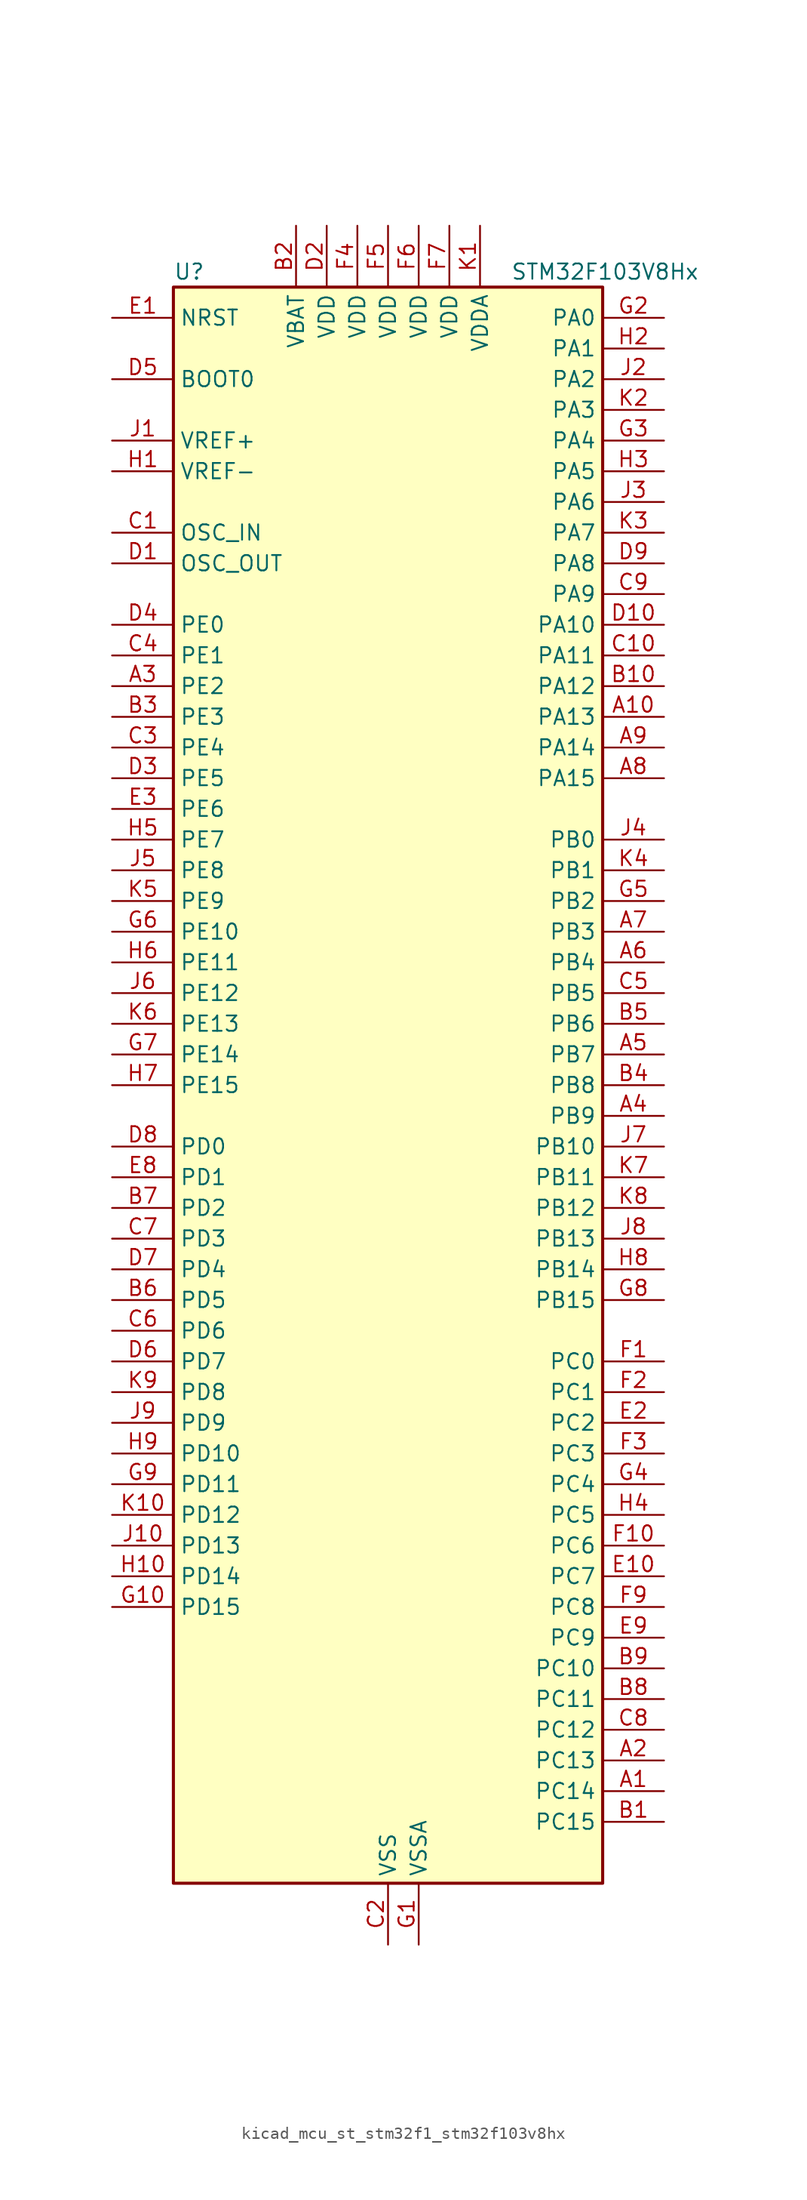
<source format=kicad_sym>
(kicad_symbol_lib
  (version 20220914)
  (generator kicad_symbol_editor)
  (symbol "kicad_mcu_st_stm32f1_stm32f103v8hx"
    (property "Reference" "U"
      (at -17.78 67.31 0)
      (effects (font (size 1.27 1.27)) (justify left)))
    (property "Value" "STM32F103V8Hx"
      (at 10.16 67.31 0)
      (effects (font (size 1.27 1.27)) (justify left)))
    (property "ki_locked" ""
      (at 0 0 0)
      (effects (font (size 1.27 1.27))))
    (symbol "kicad_mcu_st_stm32f1_stm32f103v8hx_0_1"
      (rectangle (start -17.78 -66.04) (end 17.78 66.04) (stroke (width 0.254) (type default)) (fill (type background))))
    (symbol "kicad_mcu_st_stm32f1_stm32f103v8hx_1_1"
      (pin bidirectional line (at 22.86 -58.42 180) (length 5.08) (name "PC14" (effects (font (size 1.27 1.27)))) (number "A1" (effects (font (size 1.27 1.27)))) (alternate "RCC_OSC32_IN" bidirectional line))
      (pin bidirectional line (at 22.86 30.48 180) (length 5.08) (name "PA13" (effects (font (size 1.27 1.27)))) (number "A10" (effects (font (size 1.27 1.27)))) (alternate "SYS_JTMS-SWDIO" bidirectional line))
      (pin bidirectional line (at 22.86 -55.88 180) (length 5.08) (name "PC13" (effects (font (size 1.27 1.27)))) (number "A2" (effects (font (size 1.27 1.27)))) (alternate "RTC_OUT" bidirectional line) (alternate "RTC_TAMPER" bidirectional line))
      (pin bidirectional line (at -22.86 33.02 0) (length 5.08) (name "PE2" (effects (font (size 1.27 1.27)))) (number "A3" (effects (font (size 1.27 1.27)))) (alternate "SYS_TRACECLK" bidirectional line))
      (pin bidirectional line (at 22.86 -2.54 180) (length 5.08) (name "PB9" (effects (font (size 1.27 1.27)))) (number "A4" (effects (font (size 1.27 1.27)))) (alternate "CAN_TX" bidirectional line) (alternate "I2C1_SDA" bidirectional line) (alternate "TIM4_CH4" bidirectional line))
      (pin bidirectional line (at 22.86 2.54 180) (length 5.08) (name "PB7" (effects (font (size 1.27 1.27)))) (number "A5" (effects (font (size 1.27 1.27)))) (alternate "I2C1_SDA" bidirectional line) (alternate "TIM4_CH2" bidirectional line) (alternate "USART1_RX" bidirectional line))
      (pin bidirectional line (at 22.86 10.16 180) (length 5.08) (name "PB4" (effects (font (size 1.27 1.27)))) (number "A6" (effects (font (size 1.27 1.27)))) (alternate "SPI1_MISO" bidirectional line) (alternate "SYS_NJTRST" bidirectional line) (alternate "TIM3_CH1" bidirectional line))
      (pin bidirectional line (at 22.86 12.7 180) (length 5.08) (name "PB3" (effects (font (size 1.27 1.27)))) (number "A7" (effects (font (size 1.27 1.27)))) (alternate "SPI1_SCK" bidirectional line) (alternate "SYS_JTDO-TRACESWO" bidirectional line) (alternate "TIM2_CH2" bidirectional line))
      (pin bidirectional line (at 22.86 25.4 180) (length 5.08) (name "PA15" (effects (font (size 1.27 1.27)))) (number "A8" (effects (font (size 1.27 1.27)))) (alternate "ADC1_EXTI15" bidirectional line) (alternate "ADC2_EXTI15" bidirectional line) (alternate "SPI1_NSS" bidirectional line) (alternate "SYS_JTDI" bidirectional line) (alternate "TIM2_CH1" bidirectional line) (alternate "TIM2_ETR" bidirectional line))
      (pin bidirectional line (at 22.86 27.94 180) (length 5.08) (name "PA14" (effects (font (size 1.27 1.27)))) (number "A9" (effects (font (size 1.27 1.27)))) (alternate "SYS_JTCK-SWCLK" bidirectional line))
      (pin bidirectional line (at 22.86 -60.96 180) (length 5.08) (name "PC15" (effects (font (size 1.27 1.27)))) (number "B1" (effects (font (size 1.27 1.27)))) (alternate "ADC1_EXTI15" bidirectional line) (alternate "ADC2_EXTI15" bidirectional line) (alternate "RCC_OSC32_OUT" bidirectional line))
      (pin bidirectional line (at 22.86 33.02 180) (length 5.08) (name "PA12" (effects (font (size 1.27 1.27)))) (number "B10" (effects (font (size 1.27 1.27)))) (alternate "CAN_TX" bidirectional line) (alternate "TIM1_ETR" bidirectional line) (alternate "USART1_RTS" bidirectional line) (alternate "USB_DP" bidirectional line))
      (pin power_in line (at -7.62 71.12 270) (length 5.08) (name "VBAT" (effects (font (size 1.27 1.27)))) (number "B2" (effects (font (size 1.27 1.27)))))
      (pin bidirectional line (at -22.86 30.48 0) (length 5.08) (name "PE3" (effects (font (size 1.27 1.27)))) (number "B3" (effects (font (size 1.27 1.27)))) (alternate "SYS_TRACED0" bidirectional line))
      (pin bidirectional line (at 22.86 0 180) (length 5.08) (name "PB8" (effects (font (size 1.27 1.27)))) (number "B4" (effects (font (size 1.27 1.27)))) (alternate "CAN_RX" bidirectional line) (alternate "I2C1_SCL" bidirectional line) (alternate "TIM4_CH3" bidirectional line))
      (pin bidirectional line (at 22.86 5.08 180) (length 5.08) (name "PB6" (effects (font (size 1.27 1.27)))) (number "B5" (effects (font (size 1.27 1.27)))) (alternate "I2C1_SCL" bidirectional line) (alternate "TIM4_CH1" bidirectional line) (alternate "USART1_TX" bidirectional line))
      (pin bidirectional line (at -22.86 -17.78 0) (length 5.08) (name "PD5" (effects (font (size 1.27 1.27)))) (number "B6" (effects (font (size 1.27 1.27)))) (alternate "USART2_TX" bidirectional line))
      (pin bidirectional line (at -22.86 -10.16 0) (length 5.08) (name "PD2" (effects (font (size 1.27 1.27)))) (number "B7" (effects (font (size 1.27 1.27)))) (alternate "TIM3_ETR" bidirectional line))
      (pin bidirectional line (at 22.86 -50.8 180) (length 5.08) (name "PC11" (effects (font (size 1.27 1.27)))) (number "B8" (effects (font (size 1.27 1.27)))) (alternate "ADC1_EXTI11" bidirectional line) (alternate "ADC2_EXTI11" bidirectional line) (alternate "USART3_RX" bidirectional line))
      (pin bidirectional line (at 22.86 -48.26 180) (length 5.08) (name "PC10" (effects (font (size 1.27 1.27)))) (number "B9" (effects (font (size 1.27 1.27)))) (alternate "USART3_TX" bidirectional line))
      (pin input line (at -22.86 45.72 0) (length 5.08) (name "OSC_IN" (effects (font (size 1.27 1.27)))) (number "C1" (effects (font (size 1.27 1.27)))) (alternate "RCC_OSC_IN" bidirectional line))
      (pin bidirectional line (at 22.86 35.56 180) (length 5.08) (name "PA11" (effects (font (size 1.27 1.27)))) (number "C10" (effects (font (size 1.27 1.27)))) (alternate "ADC1_EXTI11" bidirectional line) (alternate "ADC2_EXTI11" bidirectional line) (alternate "CAN_RX" bidirectional line) (alternate "TIM1_CH4" bidirectional line) (alternate "USART1_CTS" bidirectional line) (alternate "USB_DM" bidirectional line))
      (pin power_in line (at 0 -71.12 90) (length 5.08) (name "VSS" (effects (font (size 1.27 1.27)))) (number "C2" (effects (font (size 1.27 1.27)))))
      (pin bidirectional line (at -22.86 27.94 0) (length 5.08) (name "PE4" (effects (font (size 1.27 1.27)))) (number "C3" (effects (font (size 1.27 1.27)))) (alternate "SYS_TRACED1" bidirectional line))
      (pin bidirectional line (at -22.86 35.56 0) (length 5.08) (name "PE1" (effects (font (size 1.27 1.27)))) (number "C4" (effects (font (size 1.27 1.27)))))
      (pin bidirectional line (at 22.86 7.62 180) (length 5.08) (name "PB5" (effects (font (size 1.27 1.27)))) (number "C5" (effects (font (size 1.27 1.27)))) (alternate "I2C1_SMBA" bidirectional line) (alternate "SPI1_MOSI" bidirectional line) (alternate "TIM3_CH2" bidirectional line))
      (pin bidirectional line (at -22.86 -20.32 0) (length 5.08) (name "PD6" (effects (font (size 1.27 1.27)))) (number "C6" (effects (font (size 1.27 1.27)))) (alternate "USART2_RX" bidirectional line))
      (pin bidirectional line (at -22.86 -12.7 0) (length 5.08) (name "PD3" (effects (font (size 1.27 1.27)))) (number "C7" (effects (font (size 1.27 1.27)))) (alternate "USART2_CTS" bidirectional line))
      (pin bidirectional line (at 22.86 -53.34 180) (length 5.08) (name "PC12" (effects (font (size 1.27 1.27)))) (number "C8" (effects (font (size 1.27 1.27)))) (alternate "USART3_CK" bidirectional line))
      (pin bidirectional line (at 22.86 40.64 180) (length 5.08) (name "PA9" (effects (font (size 1.27 1.27)))) (number "C9" (effects (font (size 1.27 1.27)))) (alternate "TIM1_CH2" bidirectional line) (alternate "USART1_TX" bidirectional line))
      (pin input line (at -22.86 43.18 0) (length 5.08) (name "OSC_OUT" (effects (font (size 1.27 1.27)))) (number "D1" (effects (font (size 1.27 1.27)))) (alternate "RCC_OSC_OUT" bidirectional line))
      (pin bidirectional line (at 22.86 38.1 180) (length 5.08) (name "PA10" (effects (font (size 1.27 1.27)))) (number "D10" (effects (font (size 1.27 1.27)))) (alternate "TIM1_CH3" bidirectional line) (alternate "USART1_RX" bidirectional line))
      (pin power_in line (at -5.08 71.12 270) (length 5.08) (name "VDD" (effects (font (size 1.27 1.27)))) (number "D2" (effects (font (size 1.27 1.27)))))
      (pin bidirectional line (at -22.86 25.4 0) (length 5.08) (name "PE5" (effects (font (size 1.27 1.27)))) (number "D3" (effects (font (size 1.27 1.27)))) (alternate "SYS_TRACED2" bidirectional line))
      (pin bidirectional line (at -22.86 38.1 0) (length 5.08) (name "PE0" (effects (font (size 1.27 1.27)))) (number "D4" (effects (font (size 1.27 1.27)))) (alternate "TIM4_ETR" bidirectional line))
      (pin input line (at -22.86 58.42 0) (length 5.08) (name "BOOT0" (effects (font (size 1.27 1.27)))) (number "D5" (effects (font (size 1.27 1.27)))))
      (pin bidirectional line (at -22.86 -22.86 0) (length 5.08) (name "PD7" (effects (font (size 1.27 1.27)))) (number "D6" (effects (font (size 1.27 1.27)))) (alternate "USART2_CK" bidirectional line))
      (pin bidirectional line (at -22.86 -15.24 0) (length 5.08) (name "PD4" (effects (font (size 1.27 1.27)))) (number "D7" (effects (font (size 1.27 1.27)))) (alternate "USART2_RTS" bidirectional line))
      (pin bidirectional line (at -22.86 -5.08 0) (length 5.08) (name "PD0" (effects (font (size 1.27 1.27)))) (number "D8" (effects (font (size 1.27 1.27)))) (alternate "CAN_RX" bidirectional line))
      (pin bidirectional line (at 22.86 43.18 180) (length 5.08) (name "PA8" (effects (font (size 1.27 1.27)))) (number "D9" (effects (font (size 1.27 1.27)))) (alternate "RCC_MCO" bidirectional line) (alternate "TIM1_CH1" bidirectional line) (alternate "USART1_CK" bidirectional line))
      (pin input line (at -22.86 63.5 0) (length 5.08) (name "NRST" (effects (font (size 1.27 1.27)))) (number "E1" (effects (font (size 1.27 1.27)))))
      (pin bidirectional line (at 22.86 -40.64 180) (length 5.08) (name "PC7" (effects (font (size 1.27 1.27)))) (number "E10" (effects (font (size 1.27 1.27)))) (alternate "TIM3_CH2" bidirectional line))
      (pin bidirectional line (at 22.86 -27.94 180) (length 5.08) (name "PC2" (effects (font (size 1.27 1.27)))) (number "E2" (effects (font (size 1.27 1.27)))) (alternate "ADC1_IN12" bidirectional line) (alternate "ADC2_IN12" bidirectional line))
      (pin bidirectional line (at -22.86 22.86 0) (length 5.08) (name "PE6" (effects (font (size 1.27 1.27)))) (number "E3" (effects (font (size 1.27 1.27)))) (alternate "SYS_TRACED3" bidirectional line))
      (pin passive line (at 0 -71.12 90) (length 5.08) hide (name "VSS" (effects (font (size 1.27 1.27)))) (number "E4" (effects (font (size 1.27 1.27)))))
      (pin passive line (at 0 -71.12 90) (length 5.08) hide (name "VSS" (effects (font (size 1.27 1.27)))) (number "E5" (effects (font (size 1.27 1.27)))))
      (pin passive line (at 0 -71.12 90) (length 5.08) hide (name "VSS" (effects (font (size 1.27 1.27)))) (number "E6" (effects (font (size 1.27 1.27)))))
      (pin passive line (at 0 -71.12 90) (length 5.08) hide (name "VSS" (effects (font (size 1.27 1.27)))) (number "E7" (effects (font (size 1.27 1.27)))))
      (pin bidirectional line (at -22.86 -7.62 0) (length 5.08) (name "PD1" (effects (font (size 1.27 1.27)))) (number "E8" (effects (font (size 1.27 1.27)))) (alternate "CAN_TX" bidirectional line))
      (pin bidirectional line (at 22.86 -45.72 180) (length 5.08) (name "PC9" (effects (font (size 1.27 1.27)))) (number "E9" (effects (font (size 1.27 1.27)))) (alternate "TIM3_CH4" bidirectional line))
      (pin bidirectional line (at 22.86 -22.86 180) (length 5.08) (name "PC0" (effects (font (size 1.27 1.27)))) (number "F1" (effects (font (size 1.27 1.27)))) (alternate "ADC1_IN10" bidirectional line) (alternate "ADC2_IN10" bidirectional line))
      (pin bidirectional line (at 22.86 -38.1 180) (length 5.08) (name "PC6" (effects (font (size 1.27 1.27)))) (number "F10" (effects (font (size 1.27 1.27)))) (alternate "TIM3_CH1" bidirectional line))
      (pin bidirectional line (at 22.86 -25.4 180) (length 5.08) (name "PC1" (effects (font (size 1.27 1.27)))) (number "F2" (effects (font (size 1.27 1.27)))) (alternate "ADC1_IN11" bidirectional line) (alternate "ADC2_IN11" bidirectional line))
      (pin bidirectional line (at 22.86 -30.48 180) (length 5.08) (name "PC3" (effects (font (size 1.27 1.27)))) (number "F3" (effects (font (size 1.27 1.27)))) (alternate "ADC1_IN13" bidirectional line) (alternate "ADC2_IN13" bidirectional line))
      (pin power_in line (at -2.54 71.12 270) (length 5.08) (name "VDD" (effects (font (size 1.27 1.27)))) (number "F4" (effects (font (size 1.27 1.27)))))
      (pin power_in line (at 0 71.12 270) (length 5.08) (name "VDD" (effects (font (size 1.27 1.27)))) (number "F5" (effects (font (size 1.27 1.27)))))
      (pin power_in line (at 2.54 71.12 270) (length 5.08) (name "VDD" (effects (font (size 1.27 1.27)))) (number "F6" (effects (font (size 1.27 1.27)))))
      (pin power_in line (at 5.08 71.12 270) (length 5.08) (name "VDD" (effects (font (size 1.27 1.27)))) (number "F7" (effects (font (size 1.27 1.27)))))
      (pin no_connect line (at -17.78 -66.04 0) (length 5.08) hide (name "NC" (effects (font (size 1.27 1.27)))) (number "F8" (effects (font (size 1.27 1.27)))))
      (pin bidirectional line (at 22.86 -43.18 180) (length 5.08) (name "PC8" (effects (font (size 1.27 1.27)))) (number "F9" (effects (font (size 1.27 1.27)))) (alternate "TIM3_CH3" bidirectional line))
      (pin power_in line (at 2.54 -71.12 90) (length 5.08) (name "VSSA" (effects (font (size 1.27 1.27)))) (number "G1" (effects (font (size 1.27 1.27)))))
      (pin bidirectional line (at -22.86 -43.18 0) (length 5.08) (name "PD15" (effects (font (size 1.27 1.27)))) (number "G10" (effects (font (size 1.27 1.27)))) (alternate "ADC1_EXTI15" bidirectional line) (alternate "ADC2_EXTI15" bidirectional line) (alternate "TIM4_CH4" bidirectional line))
      (pin bidirectional line (at 22.86 63.5 180) (length 5.08) (name "PA0" (effects (font (size 1.27 1.27)))) (number "G2" (effects (font (size 1.27 1.27)))) (alternate "ADC1_IN0" bidirectional line) (alternate "ADC2_IN0" bidirectional line) (alternate "SYS_WKUP" bidirectional line) (alternate "TIM2_CH1" bidirectional line) (alternate "TIM2_ETR" bidirectional line) (alternate "USART2_CTS" bidirectional line))
      (pin bidirectional line (at 22.86 53.34 180) (length 5.08) (name "PA4" (effects (font (size 1.27 1.27)))) (number "G3" (effects (font (size 1.27 1.27)))) (alternate "ADC1_IN4" bidirectional line) (alternate "ADC2_IN4" bidirectional line) (alternate "SPI1_NSS" bidirectional line) (alternate "USART2_CK" bidirectional line))
      (pin bidirectional line (at 22.86 -33.02 180) (length 5.08) (name "PC4" (effects (font (size 1.27 1.27)))) (number "G4" (effects (font (size 1.27 1.27)))) (alternate "ADC1_IN14" bidirectional line) (alternate "ADC2_IN14" bidirectional line))
      (pin bidirectional line (at 22.86 15.24 180) (length 5.08) (name "PB2" (effects (font (size 1.27 1.27)))) (number "G5" (effects (font (size 1.27 1.27)))))
      (pin bidirectional line (at -22.86 12.7 0) (length 5.08) (name "PE10" (effects (font (size 1.27 1.27)))) (number "G6" (effects (font (size 1.27 1.27)))) (alternate "TIM1_CH2N" bidirectional line))
      (pin bidirectional line (at -22.86 2.54 0) (length 5.08) (name "PE14" (effects (font (size 1.27 1.27)))) (number "G7" (effects (font (size 1.27 1.27)))) (alternate "TIM1_CH4" bidirectional line))
      (pin bidirectional line (at 22.86 -17.78 180) (length 5.08) (name "PB15" (effects (font (size 1.27 1.27)))) (number "G8" (effects (font (size 1.27 1.27)))) (alternate "ADC1_EXTI15" bidirectional line) (alternate "ADC2_EXTI15" bidirectional line) (alternate "SPI2_MOSI" bidirectional line) (alternate "TIM1_CH3N" bidirectional line))
      (pin bidirectional line (at -22.86 -33.02 0) (length 5.08) (name "PD11" (effects (font (size 1.27 1.27)))) (number "G9" (effects (font (size 1.27 1.27)))) (alternate "ADC1_EXTI11" bidirectional line) (alternate "ADC2_EXTI11" bidirectional line) (alternate "USART3_CTS" bidirectional line))
      (pin input line (at -22.86 50.8 0) (length 5.08) (name "VREF-" (effects (font (size 1.27 1.27)))) (number "H1" (effects (font (size 1.27 1.27)))))
      (pin bidirectional line (at -22.86 -40.64 0) (length 5.08) (name "PD14" (effects (font (size 1.27 1.27)))) (number "H10" (effects (font (size 1.27 1.27)))) (alternate "TIM4_CH3" bidirectional line))
      (pin bidirectional line (at 22.86 60.96 180) (length 5.08) (name "PA1" (effects (font (size 1.27 1.27)))) (number "H2" (effects (font (size 1.27 1.27)))) (alternate "ADC1_IN1" bidirectional line) (alternate "ADC2_IN1" bidirectional line) (alternate "TIM2_CH2" bidirectional line) (alternate "USART2_RTS" bidirectional line))
      (pin bidirectional line (at 22.86 50.8 180) (length 5.08) (name "PA5" (effects (font (size 1.27 1.27)))) (number "H3" (effects (font (size 1.27 1.27)))) (alternate "ADC1_IN5" bidirectional line) (alternate "ADC2_IN5" bidirectional line) (alternate "SPI1_SCK" bidirectional line))
      (pin bidirectional line (at 22.86 -35.56 180) (length 5.08) (name "PC5" (effects (font (size 1.27 1.27)))) (number "H4" (effects (font (size 1.27 1.27)))) (alternate "ADC1_IN15" bidirectional line) (alternate "ADC2_IN15" bidirectional line))
      (pin bidirectional line (at -22.86 20.32 0) (length 5.08) (name "PE7" (effects (font (size 1.27 1.27)))) (number "H5" (effects (font (size 1.27 1.27)))) (alternate "TIM1_ETR" bidirectional line))
      (pin bidirectional line (at -22.86 10.16 0) (length 5.08) (name "PE11" (effects (font (size 1.27 1.27)))) (number "H6" (effects (font (size 1.27 1.27)))) (alternate "ADC1_EXTI11" bidirectional line) (alternate "ADC2_EXTI11" bidirectional line) (alternate "TIM1_CH2" bidirectional line))
      (pin bidirectional line (at -22.86 0 0) (length 5.08) (name "PE15" (effects (font (size 1.27 1.27)))) (number "H7" (effects (font (size 1.27 1.27)))) (alternate "ADC1_EXTI15" bidirectional line) (alternate "ADC2_EXTI15" bidirectional line) (alternate "TIM1_BKIN" bidirectional line))
      (pin bidirectional line (at 22.86 -15.24 180) (length 5.08) (name "PB14" (effects (font (size 1.27 1.27)))) (number "H8" (effects (font (size 1.27 1.27)))) (alternate "SPI2_MISO" bidirectional line) (alternate "TIM1_CH2N" bidirectional line) (alternate "USART3_RTS" bidirectional line))
      (pin bidirectional line (at -22.86 -30.48 0) (length 5.08) (name "PD10" (effects (font (size 1.27 1.27)))) (number "H9" (effects (font (size 1.27 1.27)))) (alternate "USART3_CK" bidirectional line))
      (pin input line (at -22.86 53.34 0) (length 5.08) (name "VREF+" (effects (font (size 1.27 1.27)))) (number "J1" (effects (font (size 1.27 1.27)))))
      (pin bidirectional line (at -22.86 -38.1 0) (length 5.08) (name "PD13" (effects (font (size 1.27 1.27)))) (number "J10" (effects (font (size 1.27 1.27)))) (alternate "TIM4_CH2" bidirectional line))
      (pin bidirectional line (at 22.86 58.42 180) (length 5.08) (name "PA2" (effects (font (size 1.27 1.27)))) (number "J2" (effects (font (size 1.27 1.27)))) (alternate "ADC1_IN2" bidirectional line) (alternate "ADC2_IN2" bidirectional line) (alternate "TIM2_CH3" bidirectional line) (alternate "USART2_TX" bidirectional line))
      (pin bidirectional line (at 22.86 48.26 180) (length 5.08) (name "PA6" (effects (font (size 1.27 1.27)))) (number "J3" (effects (font (size 1.27 1.27)))) (alternate "ADC1_IN6" bidirectional line) (alternate "ADC2_IN6" bidirectional line) (alternate "SPI1_MISO" bidirectional line) (alternate "TIM1_BKIN" bidirectional line) (alternate "TIM3_CH1" bidirectional line))
      (pin bidirectional line (at 22.86 20.32 180) (length 5.08) (name "PB0" (effects (font (size 1.27 1.27)))) (number "J4" (effects (font (size 1.27 1.27)))) (alternate "ADC1_IN8" bidirectional line) (alternate "ADC2_IN8" bidirectional line) (alternate "TIM1_CH2N" bidirectional line) (alternate "TIM3_CH3" bidirectional line))
      (pin bidirectional line (at -22.86 17.78 0) (length 5.08) (name "PE8" (effects (font (size 1.27 1.27)))) (number "J5" (effects (font (size 1.27 1.27)))) (alternate "TIM1_CH1N" bidirectional line))
      (pin bidirectional line (at -22.86 7.62 0) (length 5.08) (name "PE12" (effects (font (size 1.27 1.27)))) (number "J6" (effects (font (size 1.27 1.27)))) (alternate "TIM1_CH3N" bidirectional line))
      (pin bidirectional line (at 22.86 -5.08 180) (length 5.08) (name "PB10" (effects (font (size 1.27 1.27)))) (number "J7" (effects (font (size 1.27 1.27)))) (alternate "I2C2_SCL" bidirectional line) (alternate "TIM2_CH3" bidirectional line) (alternate "USART3_TX" bidirectional line))
      (pin bidirectional line (at 22.86 -12.7 180) (length 5.08) (name "PB13" (effects (font (size 1.27 1.27)))) (number "J8" (effects (font (size 1.27 1.27)))) (alternate "SPI2_SCK" bidirectional line) (alternate "TIM1_CH1N" bidirectional line) (alternate "USART3_CTS" bidirectional line))
      (pin bidirectional line (at -22.86 -27.94 0) (length 5.08) (name "PD9" (effects (font (size 1.27 1.27)))) (number "J9" (effects (font (size 1.27 1.27)))) (alternate "USART3_RX" bidirectional line))
      (pin power_in line (at 7.62 71.12 270) (length 5.08) (name "VDDA" (effects (font (size 1.27 1.27)))) (number "K1" (effects (font (size 1.27 1.27)))))
      (pin bidirectional line (at -22.86 -35.56 0) (length 5.08) (name "PD12" (effects (font (size 1.27 1.27)))) (number "K10" (effects (font (size 1.27 1.27)))) (alternate "TIM4_CH1" bidirectional line) (alternate "USART3_RTS" bidirectional line))
      (pin bidirectional line (at 22.86 55.88 180) (length 5.08) (name "PA3" (effects (font (size 1.27 1.27)))) (number "K2" (effects (font (size 1.27 1.27)))) (alternate "ADC1_IN3" bidirectional line) (alternate "ADC2_IN3" bidirectional line) (alternate "TIM2_CH4" bidirectional line) (alternate "USART2_RX" bidirectional line))
      (pin bidirectional line (at 22.86 45.72 180) (length 5.08) (name "PA7" (effects (font (size 1.27 1.27)))) (number "K3" (effects (font (size 1.27 1.27)))) (alternate "ADC1_IN7" bidirectional line) (alternate "ADC2_IN7" bidirectional line) (alternate "SPI1_MOSI" bidirectional line) (alternate "TIM1_CH1N" bidirectional line) (alternate "TIM3_CH2" bidirectional line))
      (pin bidirectional line (at 22.86 17.78 180) (length 5.08) (name "PB1" (effects (font (size 1.27 1.27)))) (number "K4" (effects (font (size 1.27 1.27)))) (alternate "ADC1_IN9" bidirectional line) (alternate "ADC2_IN9" bidirectional line) (alternate "TIM1_CH3N" bidirectional line) (alternate "TIM3_CH4" bidirectional line))
      (pin bidirectional line (at -22.86 15.24 0) (length 5.08) (name "PE9" (effects (font (size 1.27 1.27)))) (number "K5" (effects (font (size 1.27 1.27)))) (alternate "TIM1_CH1" bidirectional line))
      (pin bidirectional line (at -22.86 5.08 0) (length 5.08) (name "PE13" (effects (font (size 1.27 1.27)))) (number "K6" (effects (font (size 1.27 1.27)))) (alternate "TIM1_CH3" bidirectional line))
      (pin bidirectional line (at 22.86 -7.62 180) (length 5.08) (name "PB11" (effects (font (size 1.27 1.27)))) (number "K7" (effects (font (size 1.27 1.27)))) (alternate "ADC1_EXTI11" bidirectional line) (alternate "ADC2_EXTI11" bidirectional line) (alternate "I2C2_SDA" bidirectional line) (alternate "TIM2_CH4" bidirectional line) (alternate "USART3_RX" bidirectional line))
      (pin bidirectional line (at 22.86 -10.16 180) (length 5.08) (name "PB12" (effects (font (size 1.27 1.27)))) (number "K8" (effects (font (size 1.27 1.27)))) (alternate "I2C2_SMBA" bidirectional line) (alternate "SPI2_NSS" bidirectional line) (alternate "TIM1_BKIN" bidirectional line) (alternate "USART3_CK" bidirectional line))
      (pin bidirectional line (at -22.86 -25.4 0) (length 5.08) (name "PD8" (effects (font (size 1.27 1.27)))) (number "K9" (effects (font (size 1.27 1.27)))) (alternate "USART3_TX" bidirectional line)))))
</source>
